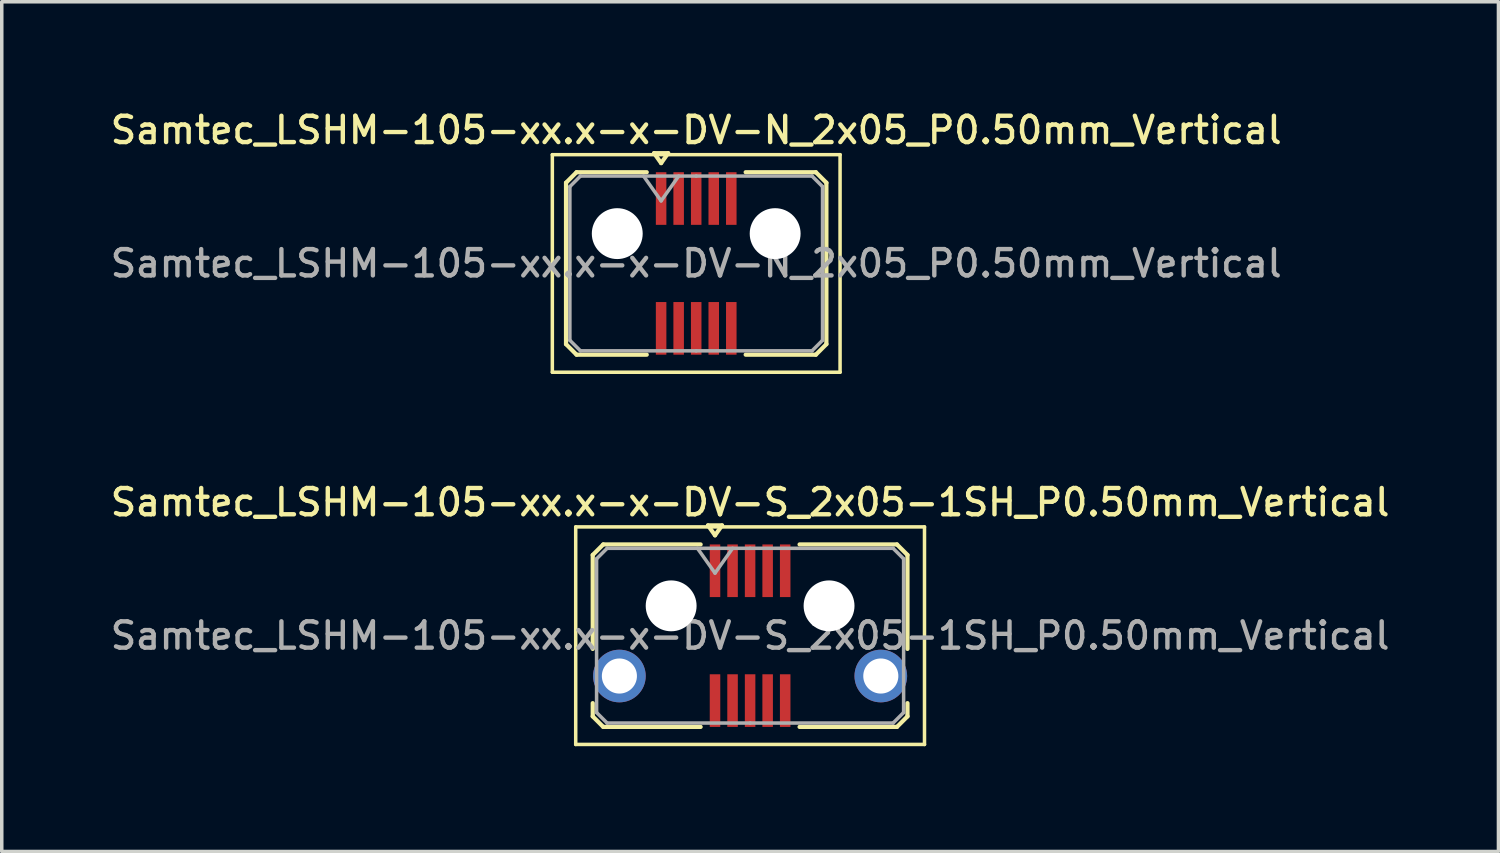
<source format=kicad_pcb>
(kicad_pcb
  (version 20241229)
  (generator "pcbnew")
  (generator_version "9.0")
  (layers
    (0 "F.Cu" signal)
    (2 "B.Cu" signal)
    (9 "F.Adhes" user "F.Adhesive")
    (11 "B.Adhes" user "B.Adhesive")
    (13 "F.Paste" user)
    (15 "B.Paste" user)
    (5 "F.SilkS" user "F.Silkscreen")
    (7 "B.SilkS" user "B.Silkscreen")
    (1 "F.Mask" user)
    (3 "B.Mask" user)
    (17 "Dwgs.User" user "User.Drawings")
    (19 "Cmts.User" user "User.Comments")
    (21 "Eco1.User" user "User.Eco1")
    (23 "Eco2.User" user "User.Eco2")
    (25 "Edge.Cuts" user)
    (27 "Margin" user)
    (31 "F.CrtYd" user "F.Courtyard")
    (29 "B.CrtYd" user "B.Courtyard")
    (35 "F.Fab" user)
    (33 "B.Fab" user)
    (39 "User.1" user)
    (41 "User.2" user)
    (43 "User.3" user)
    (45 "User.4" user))
  (footprint "Samtec_LSHM-105-xx.x-x-DV-S_2x05-1SH_P0.50mm_Vertical"
    (layer "F.Cu")
    (at 18.327 15.066)
    (property "Reference" "Samtec_LSHM-105-xx.x-x-DV-S_2x05-1SH_P0.50mm_Vertical" (at 0 -3.8 0) (layer "F.SilkS") (effects (font (size 0.75 0.75) (thickness 0.125))))
    (attr smd)
    (fp_line (start -4.97 -3.1) (end -4.97 3.1) (stroke (width 0.1) (type solid)) (layer "F.SilkS"))
    (fp_line (start -4.97 3.1) (end 4.97 3.1) (stroke (width 0.1) (type solid)) (layer "F.SilkS"))
    (fp_line (start -4.485 -2.3) (end -4.485 0.377) (stroke (width 0.12) (type solid)) (layer "F.SilkS"))
    (fp_line (start -4.485 1.923) (end -4.485 2.3) (stroke (width 0.12) (type solid)) (layer "F.SilkS"))
    (fp_line (start -4.485 2.3) (end -4.185 2.6) (stroke (width 0.12) (type solid)) (layer "F.SilkS"))
    (fp_line (start -4.185 -2.6) (end -4.485 -2.3) (stroke (width 0.12) (type solid)) (layer "F.SilkS"))
    (fp_line (start -4.185 2.6) (end -1.41 2.6) (stroke (width 0.12) (type solid)) (layer "F.SilkS"))
    (fp_line (start -1.41 -2.6) (end -4.185 -2.6) (stroke (width 0.12) (type solid)) (layer "F.SilkS"))
    (fp_line (start -1.2 -3.143) (end -0.8 -3.143) (stroke (width 0.12) (type solid)) (layer "F.SilkS"))
    (fp_line (start -1 -2.86) (end -1.2 -3.143) (stroke (width 0.12) (type solid)) (layer "F.SilkS"))
    (fp_line (start -0.8 -3.143) (end -1 -2.86) (stroke (width 0.12) (type solid)) (layer "F.SilkS"))
    (fp_line (start 1.41 -2.6) (end 4.185 -2.6) (stroke (width 0.12) (type solid)) (layer "F.SilkS"))
    (fp_line (start 4.185 -2.6) (end 4.485 -2.3) (stroke (width 0.12) (type solid)) (layer "F.SilkS"))
    (fp_line (start 4.185 2.6) (end 1.41 2.6) (stroke (width 0.12) (type solid)) (layer "F.SilkS"))
    (fp_line (start 4.485 -2.3) (end 4.485 0.377) (stroke (width 0.12) (type solid)) (layer "F.SilkS"))
    (fp_line (start 4.485 1.923) (end 4.485 2.3) (stroke (width 0.12) (type solid)) (layer "F.SilkS"))
    (fp_line (start 4.485 2.3) (end 4.185 2.6) (stroke (width 0.12) (type solid)) (layer "F.SilkS"))
    (fp_line (start 4.97 -3.1) (end -4.97 -3.1) (stroke (width 0.1) (type solid)) (layer "F.SilkS"))
    (fp_line (start 4.97 3.1) (end 4.97 -3.1) (stroke (width 0.1) (type solid)) (layer "F.SilkS"))
    (fp_line (start -4.375 -2.19) (end -4.375 2.19) (stroke (width 0.1) (type solid)) (layer "F.Fab"))
    (fp_line (start -4.375 2.19) (end -4.075 2.49) (stroke (width 0.1) (type solid)) (layer "F.Fab"))
    (fp_line (start -4.075 -2.49) (end -4.375 -2.19) (stroke (width 0.1) (type solid)) (layer "F.Fab"))
    (fp_line (start -4.075 2.49) (end 0 2.49) (stroke (width 0.1) (type solid)) (layer "F.Fab"))
    (fp_line (start -1.5 -2.49) (end -1 -1.783) (stroke (width 0.1) (type solid)) (layer "F.Fab"))
    (fp_line (start -1 -1.783) (end -0.5 -2.49) (stroke (width 0.1) (type solid)) (layer "F.Fab"))
    (fp_line (start 0 -2.49) (end -4.075 -2.49) (stroke (width 0.1) (type solid)) (layer "F.Fab"))
    (fp_line (start 0 -2.49) (end 4.075 -2.49) (stroke (width 0.1) (type solid)) (layer "F.Fab"))
    (fp_line (start 4.075 -2.49) (end 4.375 -2.19) (stroke (width 0.1) (type solid)) (layer "F.Fab"))
    (fp_line (start 4.075 2.49) (end 0 2.49) (stroke (width 0.1) (type solid)) (layer "F.Fab"))
    (fp_line (start 4.375 -2.19) (end 4.375 2.19) (stroke (width 0.1) (type solid)) (layer "F.Fab"))
    (fp_line (start 4.375 2.19) (end 4.075 2.49) (stroke (width 0.1) (type solid)) (layer "F.Fab"))
    (fp_text user "${REFERENCE}" (at 0 0 0) (layer "F.Fab") (effects (font (size 0.75 0.75) (thickness 0.125))))
    (pad "" np_thru_hole circle (at -2.25 -0.85) (size 1.45 1.45) (drill 1.45) (layers "*.Cu" "*.Mask"))
    (pad "" np_thru_hole circle (at 2.25 -0.85) (size 1.45 1.45) (drill 1.45) (layers "*.Cu" "*.Mask"))
    (pad "1" smd rect (at -1 -1.85) (size 0.3 1.5) (layers "F.Cu" "F.Mask" "F.Paste"))
    (pad "2" smd rect (at -1 1.85) (size 0.3 1.5) (layers "F.Cu" "F.Mask" "F.Paste"))
    (pad "3" smd rect (at -0.5 -1.85) (size 0.3 1.5) (layers "F.Cu" "F.Mask" "F.Paste"))
    (pad "4" smd rect (at -0.5 1.85) (size 0.3 1.5) (layers "F.Cu" "F.Mask" "F.Paste"))
    (pad "5" smd rect (at 0 -1.85) (size 0.3 1.5) (layers "F.Cu" "F.Mask" "F.Paste"))
    (pad "6" smd rect (at 0 1.85) (size 0.3 1.5) (layers "F.Cu" "F.Mask" "F.Paste"))
    (pad "7" smd rect (at 0.5 -1.85) (size 0.3 1.5) (layers "F.Cu" "F.Mask" "F.Paste"))
    (pad "8" smd rect (at 0.5 1.85) (size 0.3 1.5) (layers "F.Cu" "F.Mask" "F.Paste"))
    (pad "9" smd rect (at 1 -1.85) (size 0.3 1.5) (layers "F.Cu" "F.Mask" "F.Paste"))
    (pad "10" smd rect (at 1 1.85) (size 0.3 1.5) (layers "F.Cu" "F.Mask" "F.Paste"))
    (pad "SH" thru_hole circle (at -3.725 1.15) (size 1.5 1.5) (drill 1) (layers "*.Cu" "*.Mask"))
    (pad "SH" thru_hole circle (at 3.725 1.15) (size 1.5 1.5) (drill 1) (layers "*.Cu" "*.Mask")))
  (footprint "Samtec_LSHM-105-xx.x-x-DV-N_2x05_P0.50mm_Vertical"
    (layer "F.Cu")
    (at 16.791 4.458)
    (property "Reference" "Samtec_LSHM-105-xx.x-x-DV-N_2x05_P0.50mm_Vertical" (at 0 -3.8 0) (layer "F.SilkS") (effects (font (size 0.75 0.75) (thickness 0.125))))
    (attr smd)
    (fp_line (start -4.1 -3.1) (end -4.1 3.1) (stroke (width 0.1) (type solid)) (layer "F.SilkS"))
    (fp_line (start -4.1 3.1) (end 4.1 3.1) (stroke (width 0.1) (type solid)) (layer "F.SilkS"))
    (fp_line (start -3.71 -2.3) (end -3.71 2.3) (stroke (width 0.12) (type solid)) (layer "F.SilkS"))
    (fp_line (start -3.71 2.3) (end -3.41 2.6) (stroke (width 0.12) (type solid)) (layer "F.SilkS"))
    (fp_line (start -3.41 -2.6) (end -3.71 -2.3) (stroke (width 0.12) (type solid)) (layer "F.SilkS"))
    (fp_line (start -3.41 2.6) (end -1.41 2.6) (stroke (width 0.12) (type solid)) (layer "F.SilkS"))
    (fp_line (start -1.41 -2.6) (end -3.41 -2.6) (stroke (width 0.12) (type solid)) (layer "F.SilkS"))
    (fp_line (start -1.2 -3.143) (end -0.8 -3.143) (stroke (width 0.12) (type solid)) (layer "F.SilkS"))
    (fp_line (start -1 -2.86) (end -1.2 -3.143) (stroke (width 0.12) (type solid)) (layer "F.SilkS"))
    (fp_line (start -0.8 -3.143) (end -1 -2.86) (stroke (width 0.12) (type solid)) (layer "F.SilkS"))
    (fp_line (start 1.41 -2.6) (end 3.41 -2.6) (stroke (width 0.12) (type solid)) (layer "F.SilkS"))
    (fp_line (start 3.41 -2.6) (end 3.71 -2.3) (stroke (width 0.12) (type solid)) (layer "F.SilkS"))
    (fp_line (start 3.41 2.6) (end 1.41 2.6) (stroke (width 0.12) (type solid)) (layer "F.SilkS"))
    (fp_line (start 3.71 -2.3) (end 3.71 2.3) (stroke (width 0.12) (type solid)) (layer "F.SilkS"))
    (fp_line (start 3.71 2.3) (end 3.41 2.6) (stroke (width 0.12) (type solid)) (layer "F.SilkS"))
    (fp_line (start 4.1 -3.1) (end -4.1 -3.1) (stroke (width 0.1) (type solid)) (layer "F.SilkS"))
    (fp_line (start 4.1 3.1) (end 4.1 -3.1) (stroke (width 0.1) (type solid)) (layer "F.SilkS"))
    (fp_line (start -3.6 -2.19) (end -3.6 2.19) (stroke (width 0.1) (type solid)) (layer "F.Fab"))
    (fp_line (start -3.6 2.19) (end -3.3 2.49) (stroke (width 0.1) (type solid)) (layer "F.Fab"))
    (fp_line (start -3.3 -2.49) (end -3.6 -2.19) (stroke (width 0.1) (type solid)) (layer "F.Fab"))
    (fp_line (start -3.3 2.49) (end 0 2.49) (stroke (width 0.1) (type solid)) (layer "F.Fab"))
    (fp_line (start -1.5 -2.49) (end -1 -1.783) (stroke (width 0.1) (type solid)) (layer "F.Fab"))
    (fp_line (start -1 -1.783) (end -0.5 -2.49) (stroke (width 0.1) (type solid)) (layer "F.Fab"))
    (fp_line (start 0 -2.49) (end -3.3 -2.49) (stroke (width 0.1) (type solid)) (layer "F.Fab"))
    (fp_line (start 0 -2.49) (end 3.3 -2.49) (stroke (width 0.1) (type solid)) (layer "F.Fab"))
    (fp_line (start 3.3 -2.49) (end 3.6 -2.19) (stroke (width 0.1) (type solid)) (layer "F.Fab"))
    (fp_line (start 3.3 2.49) (end 0 2.49) (stroke (width 0.1) (type solid)) (layer "F.Fab"))
    (fp_line (start 3.6 -2.19) (end 3.6 2.19) (stroke (width 0.1) (type solid)) (layer "F.Fab"))
    (fp_line (start 3.6 2.19) (end 3.3 2.49) (stroke (width 0.1) (type solid)) (layer "F.Fab"))
    (fp_text user "${REFERENCE}" (at 0 0 0) (layer "F.Fab") (effects (font (size 0.75 0.75) (thickness 0.125))))
    (pad "" np_thru_hole circle (at -2.25 -0.85) (size 1.45 1.45) (drill 1.45) (layers "*.Cu" "*.Mask"))
    (pad "" np_thru_hole circle (at 2.25 -0.85) (size 1.45 1.45) (drill 1.45) (layers "*.Cu" "*.Mask"))
    (pad "1" smd rect (at -1 -1.85) (size 0.3 1.5) (layers "F.Cu" "F.Mask" "F.Paste"))
    (pad "2" smd rect (at -1 1.85) (size 0.3 1.5) (layers "F.Cu" "F.Mask" "F.Paste"))
    (pad "3" smd rect (at -0.5 -1.85) (size 0.3 1.5) (layers "F.Cu" "F.Mask" "F.Paste"))
    (pad "4" smd rect (at -0.5 1.85) (size 0.3 1.5) (layers "F.Cu" "F.Mask" "F.Paste"))
    (pad "5" smd rect (at 0 -1.85) (size 0.3 1.5) (layers "F.Cu" "F.Mask" "F.Paste"))
    (pad "6" smd rect (at 0 1.85) (size 0.3 1.5) (layers "F.Cu" "F.Mask" "F.Paste"))
    (pad "7" smd rect (at 0.5 -1.85) (size 0.3 1.5) (layers "F.Cu" "F.Mask" "F.Paste"))
    (pad "8" smd rect (at 0.5 1.85) (size 0.3 1.5) (layers "F.Cu" "F.Mask" "F.Paste"))
    (pad "9" smd rect (at 1 -1.85) (size 0.3 1.5) (layers "F.Cu" "F.Mask" "F.Paste"))
    (pad "10" smd rect (at 1 1.85) (size 0.3 1.5) (layers "F.Cu" "F.Mask" "F.Paste")))
  (gr_rect
    (start -3 -3)
    (end 39.654 21.216)
    (stroke (width 0.1) (type default))
    (fill no)
    (layer "Edge.Cuts")))
</source>
